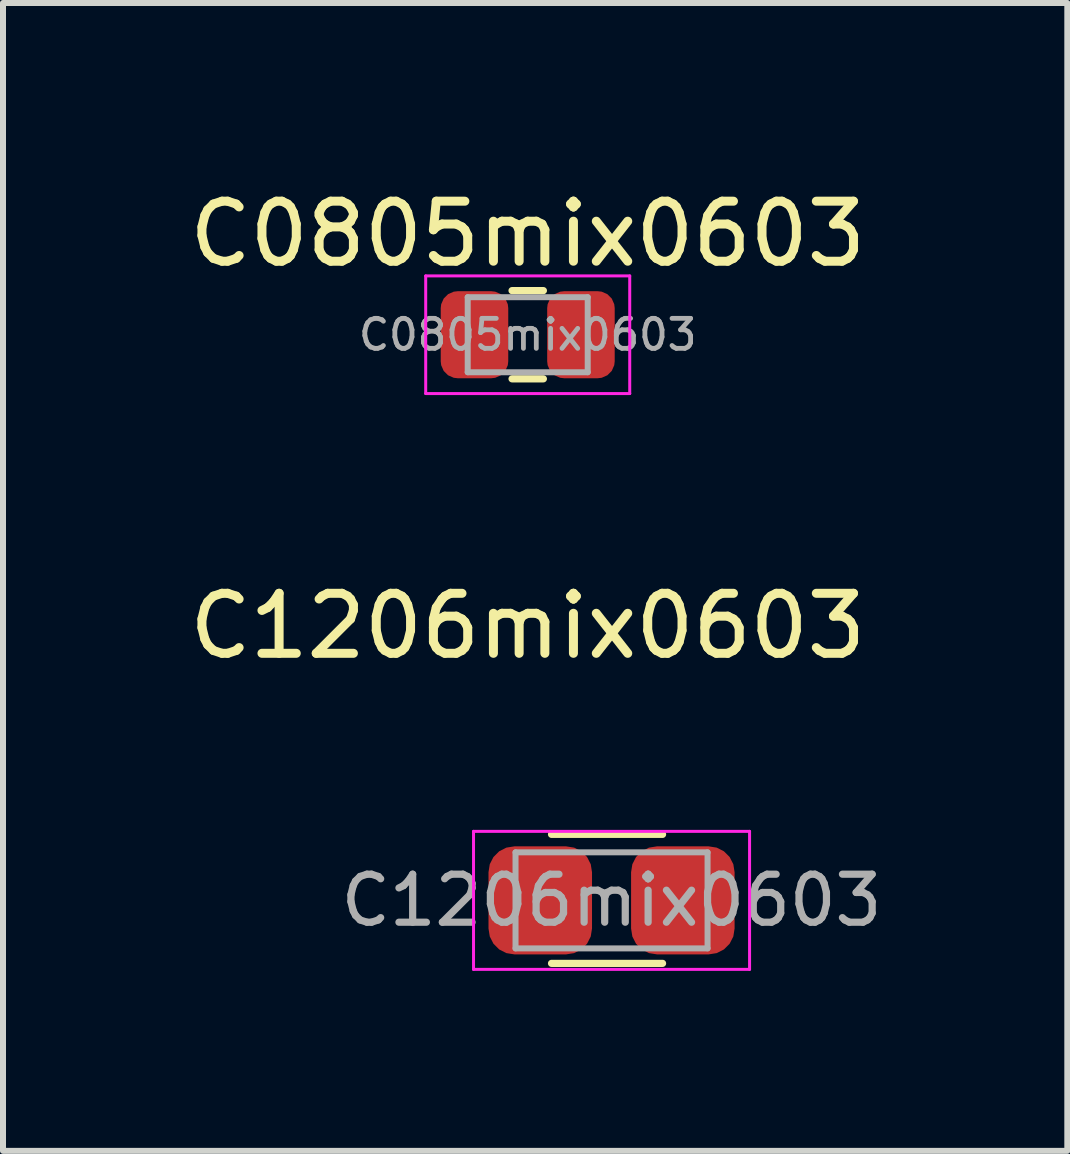
<source format=kicad_pcb>
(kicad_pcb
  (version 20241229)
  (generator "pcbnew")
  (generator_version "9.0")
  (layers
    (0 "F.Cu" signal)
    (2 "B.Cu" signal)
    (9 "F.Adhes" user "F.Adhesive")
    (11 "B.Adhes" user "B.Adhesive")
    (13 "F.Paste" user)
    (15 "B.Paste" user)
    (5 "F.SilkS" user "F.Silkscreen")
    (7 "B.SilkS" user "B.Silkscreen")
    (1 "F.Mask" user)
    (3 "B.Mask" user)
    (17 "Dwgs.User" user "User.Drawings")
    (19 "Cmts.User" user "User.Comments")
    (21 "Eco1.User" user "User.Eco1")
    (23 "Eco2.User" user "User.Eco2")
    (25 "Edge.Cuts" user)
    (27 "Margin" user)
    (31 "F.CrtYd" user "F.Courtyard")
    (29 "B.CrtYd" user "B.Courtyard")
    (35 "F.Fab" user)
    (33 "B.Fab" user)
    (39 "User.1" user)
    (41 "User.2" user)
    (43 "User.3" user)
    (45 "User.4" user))
  (footprint "C0805mix0603"
    (layer "F.Cu")
    (at 5.744 2.528)
    (property "Reference" "C0805mix0603" (at 0 -1.68 0) (layer "F.SilkS") (effects (font (size 1 1) (thickness 0.15))))
    (attr smd)
    (fp_line (start -0.261 -0.735) (end 0.261 -0.735) (stroke (width 0.12) (type solid)) (layer "F.SilkS"))
    (fp_line (start -0.261 0.735) (end 0.261 0.735) (stroke (width 0.12) (type solid)) (layer "F.SilkS"))
    (fp_line (start -1.7 -0.98) (end 1.7 -0.98) (stroke (width 0.05) (type solid)) (layer "F.CrtYd"))
    (fp_line (start -1.7 0.98) (end -1.7 -0.98) (stroke (width 0.05) (type solid)) (layer "F.CrtYd"))
    (fp_line (start 1.7 -0.98) (end 1.7 0.98) (stroke (width 0.05) (type solid)) (layer "F.CrtYd"))
    (fp_line (start 1.7 0.98) (end -1.7 0.98) (stroke (width 0.05) (type solid)) (layer "F.CrtYd"))
    (fp_line (start -1 -0.625) (end 1 -0.625) (stroke (width 0.1) (type solid)) (layer "F.Fab"))
    (fp_line (start -1 0.625) (end -1 -0.625) (stroke (width 0.1) (type solid)) (layer "F.Fab"))
    (fp_line (start 1 -0.625) (end 1 0.625) (stroke (width 0.1) (type solid)) (layer "F.Fab"))
    (fp_line (start 1 0.625) (end -1 0.625) (stroke (width 0.1) (type solid)) (layer "F.Fab"))
    (fp_text user "${REFERENCE}" (at 0 0 0) (layer "F.Fab") (effects (font (size 0.5 0.5) (thickness 0.08))))
    (pad "1" smd roundrect (at -0.887 0) (size 1.125 1.45) (layers "F.Cu" "F.Mask" "F.Paste") (roundrect_rratio 0.25))
    (pad "2" smd roundrect (at 0.887 0) (size 1.125 1.45) (layers "F.Cu" "F.Mask" "F.Paste") (roundrect_rratio 0.25)))
  (footprint "C1206mix0603"
    (layer "F.Cu")
    (at 7.141 11.954)
    (property "Reference" "C1206mix0603" (at -1.397 -4.572 0) (layer "F.SilkS") (effects (font (size 1 1) (thickness 0.15))))
    (attr smd)
    (fp_line (start -1 -1.1) (end 0.85 -1.1) (stroke (width 0.12) (type solid)) (layer "F.SilkS"))
    (fp_line (start -1 1.05) (end 0.85 1.05) (stroke (width 0.12) (type solid)) (layer "F.SilkS"))
    (fp_line (start -2.3 -1.15) (end 2.3 -1.15) (stroke (width 0.05) (type solid)) (layer "F.CrtYd"))
    (fp_line (start -2.3 1.15) (end -2.3 -1.15) (stroke (width 0.05) (type solid)) (layer "F.CrtYd"))
    (fp_line (start 2.3 -1.15) (end 2.3 1.15) (stroke (width 0.05) (type solid)) (layer "F.CrtYd"))
    (fp_line (start 2.3 1.15) (end -2.3 1.15) (stroke (width 0.05) (type solid)) (layer "F.CrtYd"))
    (fp_line (start -1.6 -0.8) (end 1.6 -0.8) (stroke (width 0.1) (type solid)) (layer "F.Fab"))
    (fp_line (start -1.6 0.8) (end -1.6 -0.8) (stroke (width 0.1) (type solid)) (layer "F.Fab"))
    (fp_line (start 1.6 -0.8) (end 1.6 0.8) (stroke (width 0.1) (type solid)) (layer "F.Fab"))
    (fp_line (start 1.6 0.8) (end -1.6 0.8) (stroke (width 0.1) (type solid)) (layer "F.Fab"))
    (fp_text user "${REFERENCE}" (at 0 0 0) (layer "F.Fab") (effects (font (size 0.8 0.8) (thickness 0.12))))
    (pad "1" smd roundrect (at -1.188 0) (size 1.725 1.8) (layers "F.Cu" "F.Mask" "F.Paste") (roundrect_rratio 0.25))
    (pad "2" smd roundrect (at 1.188 0 180) (size 1.725 1.8) (layers "F.Cu" "F.Mask" "F.Paste") (roundrect_rratio 0.25)))
  (gr_rect
    (start -3 -3)
    (end 14.736 16.128)
    (stroke (width 0.1) (type default))
    (fill no)
    (layer "Edge.Cuts")))
</source>
